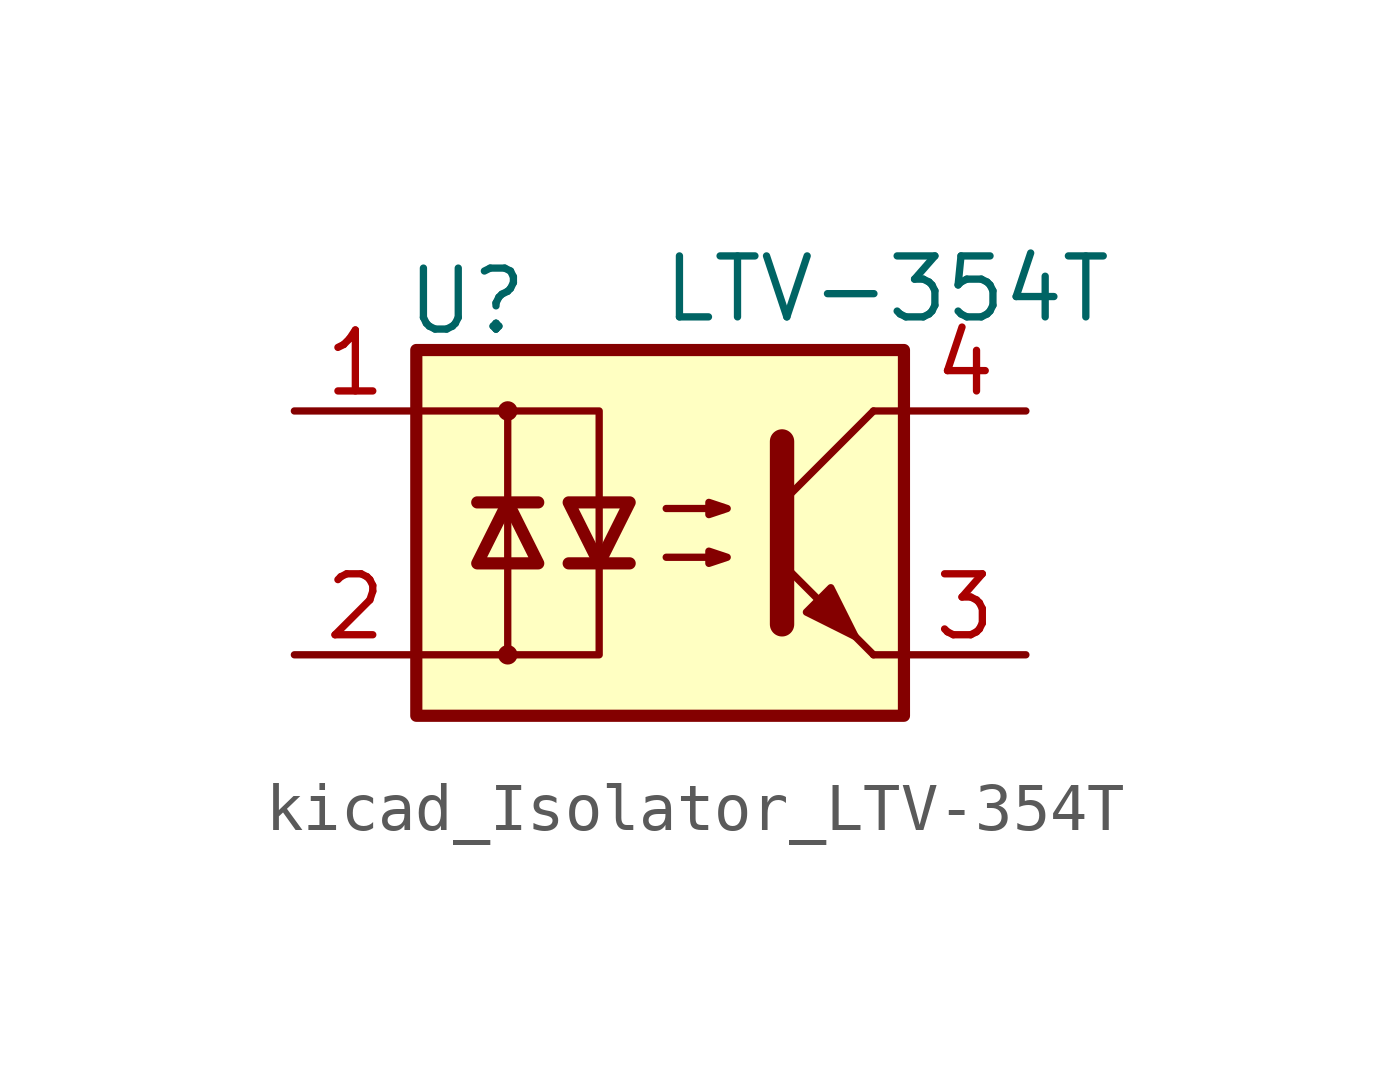
<source format=kicad_sym>
(kicad_symbol_lib
  (version 20220914)
  (generator kicad_symbol_editor)
  (symbol "kicad_Isolator_LTV-354T"
    (pin_names
      (offset 1.016))
    (property "Reference" "U"
      (at -5.334 4.826 0)
      (effects (font (size 1.27 1.27)) (justify left)))
    (property "Value" "LTV-354T"
      (at 0 5.08 0)
      (effects (font (size 1.27 1.27)) (justify left)))
    (symbol "kicad_Isolator_LTV-354T_0_1"
      (rectangle (start -5.08 3.81) (end 5.08 -3.81) (stroke (width 0.254) (type default)) (fill (type background)))
      (circle (center -3.175 -2.54) (radius 0.127) (stroke (width 0) (type default)) (fill (type none)))
      (circle (center -3.175 2.54) (radius 0.127) (stroke (width 0) (type default)) (fill (type none)))
      (polyline (pts (xy -3.81 0.635) (xy -2.54 0.635)) (stroke (width 0.254) (type default)) (fill (type none)))
      (polyline (pts (xy -3.175 -0.635) (xy -3.175 -2.54)) (stroke (width 0) (type default)) (fill (type none)))
      (polyline (pts (xy -3.175 -0.635) (xy -3.175 2.54)) (stroke (width 0) (type default)) (fill (type none)))
      (polyline (pts (xy -1.905 -0.635) (xy -0.635 -0.635)) (stroke (width 0.254) (type default)) (fill (type none)))
      (polyline (pts (xy 2.54 0.635) (xy 4.445 2.54)) (stroke (width 0) (type default)) (fill (type none)))
      (polyline (pts (xy 4.445 -2.54) (xy 2.54 -0.635)) (stroke (width 0) (type default)) (fill (type outline)))
      (polyline (pts (xy 4.445 -2.54) (xy 5.08 -2.54)) (stroke (width 0) (type default)) (fill (type none)))
      (polyline (pts (xy 4.445 2.54) (xy 5.08 2.54)) (stroke (width 0) (type default)) (fill (type none)))
      (polyline (pts (xy -5.08 2.54) (xy -1.27 2.54) (xy -1.27 -0.635)) (stroke (width 0) (type default)) (fill (type none)))
      (polyline (pts (xy -1.27 -0.635) (xy -1.27 -2.54) (xy -5.08 -2.54)) (stroke (width 0) (type default)) (fill (type none)))
      (polyline (pts (xy 2.54 1.905) (xy 2.54 -1.905) (xy 2.54 -1.905)) (stroke (width 0.508) (type default)) (fill (type none)))
      (polyline (pts (xy -3.175 0.635) (xy -3.81 -0.635) (xy -2.54 -0.635) (xy -3.175 0.635)) (stroke (width 0.254) (type default)) (fill (type none)))
      (polyline (pts (xy -1.27 -0.635) (xy -1.905 0.635) (xy -0.635 0.635) (xy -1.27 -0.635)) (stroke (width 0.254) (type default)) (fill (type none)))
      (polyline (pts (xy 0.127 -0.508) (xy 1.397 -0.508) (xy 1.016 -0.635) (xy 1.016 -0.381) (xy 1.397 -0.508)) (stroke (width 0) (type default)) (fill (type none)))
      (polyline (pts (xy 0.127 0.508) (xy 1.397 0.508) (xy 1.016 0.381) (xy 1.016 0.635) (xy 1.397 0.508)) (stroke (width 0) (type default)) (fill (type none)))
      (polyline (pts (xy 3.048 -1.651) (xy 3.556 -1.143) (xy 4.064 -2.159) (xy 3.048 -1.651) (xy 3.048 -1.651)) (stroke (width 0) (type default)) (fill (type outline))))
    (symbol "kicad_Isolator_LTV-354T_1_1"
      (pin passive line (at -7.62 2.54 0) (length 2.54) (name "~" (effects (font (size 1.27 1.27)))) (number "1" (effects (font (size 1.27 1.27)))))
      (pin passive line (at -7.62 -2.54 0) (length 2.54) (name "~" (effects (font (size 1.27 1.27)))) (number "2" (effects (font (size 1.27 1.27)))))
      (pin passive line (at 7.62 -2.54 180) (length 2.54) (name "~" (effects (font (size 1.27 1.27)))) (number "3" (effects (font (size 1.27 1.27)))))
      (pin passive line (at 7.62 2.54 180) (length 2.54) (name "~" (effects (font (size 1.27 1.27)))) (number "4" (effects (font (size 1.27 1.27))))))))
</source>
